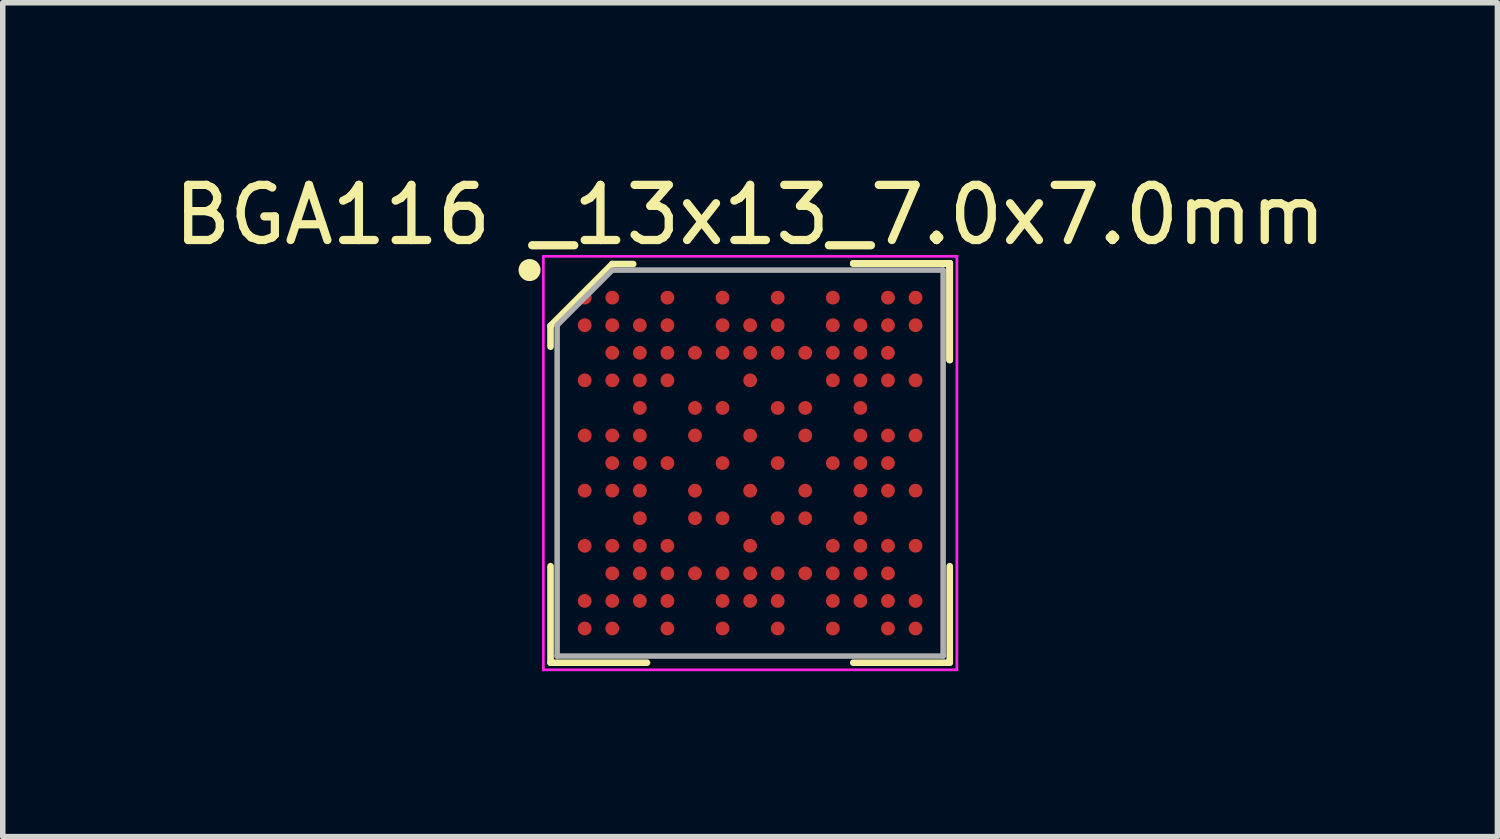
<source format=kicad_pcb>
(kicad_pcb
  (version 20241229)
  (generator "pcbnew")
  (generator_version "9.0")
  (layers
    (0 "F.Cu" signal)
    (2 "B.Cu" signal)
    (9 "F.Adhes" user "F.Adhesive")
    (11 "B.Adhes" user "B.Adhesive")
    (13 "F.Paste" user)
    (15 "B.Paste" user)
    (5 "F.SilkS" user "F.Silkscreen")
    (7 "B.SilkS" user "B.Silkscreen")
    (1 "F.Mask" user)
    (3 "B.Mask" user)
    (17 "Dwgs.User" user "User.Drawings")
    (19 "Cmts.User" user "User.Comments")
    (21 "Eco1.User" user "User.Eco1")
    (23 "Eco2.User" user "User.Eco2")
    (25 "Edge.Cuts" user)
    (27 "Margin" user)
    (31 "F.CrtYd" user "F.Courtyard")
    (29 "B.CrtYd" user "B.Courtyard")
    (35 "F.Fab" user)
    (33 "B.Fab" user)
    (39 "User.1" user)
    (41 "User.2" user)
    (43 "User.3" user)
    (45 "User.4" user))
  (footprint "BGA116 _13x13_7.0x7.0mm"
    (layer "F.Cu")
    (at 10.554 5.348)
    (property "Reference" "BGA116 _13x13_7.0x7.0mm" (at 0 -4.5 0) (layer "F.SilkS") (effects (font (size 1 1) (thickness 0.15))))
    (attr through_hole)
    (fp_line (start -3.62 -2.49) (end -3.62 -2.11) (stroke (width 0.12) (type solid)) (layer "F.SilkS"))
    (fp_line (start -3.62 3.62) (end -3.62 1.87) (stroke (width 0.12) (type solid)) (layer "F.SilkS"))
    (fp_line (start -2.5 -3.61) (end -3.62 -2.49) (stroke (width 0.12) (type solid)) (layer "F.SilkS"))
    (fp_line (start -2.12 -3.61) (end -2.5 -3.61) (stroke (width 0.12) (type solid)) (layer "F.SilkS"))
    (fp_line (start -1.87 3.62) (end -3.62 3.62) (stroke (width 0.12) (type solid)) (layer "F.SilkS"))
    (fp_line (start 1.87 -3.62) (end 3.62 -3.62) (stroke (width 0.12) (type solid)) (layer "F.SilkS"))
    (fp_line (start 1.87 -3.62) (end 3.62 -3.62) (stroke (width 0.12) (type solid)) (layer "F.SilkS"))
    (fp_line (start 1.87 -3.62) (end 3.62 -3.62) (stroke (width 0.12) (type solid)) (layer "F.SilkS"))
    (fp_line (start 1.87 3.62) (end 3.62 3.62) (stroke (width 0.12) (type solid)) (layer "F.SilkS"))
    (fp_line (start 3.62 -3.62) (end 3.62 -1.87) (stroke (width 0.12) (type solid)) (layer "F.SilkS"))
    (fp_line (start 3.62 -3.62) (end 3.62 -1.87) (stroke (width 0.12) (type solid)) (layer "F.SilkS"))
    (fp_line (start 3.62 -3.62) (end 3.62 -1.87) (stroke (width 0.12) (type solid)) (layer "F.SilkS"))
    (fp_line (start 3.62 3.62) (end 3.62 1.87) (stroke (width 0.12) (type solid)) (layer "F.SilkS"))
    (fp_circle (center -4 -3.5) (end -4 -3.4) (stroke (width 0.2) (type solid)) (fill no) (layer "F.SilkS"))
    (fp_line (start -3.75 -3.75) (end 3.75 -3.75) (stroke (width 0.05) (type solid)) (layer "F.CrtYd"))
    (fp_line (start -3.75 3.75) (end -3.75 -3.75) (stroke (width 0.05) (type solid)) (layer "F.CrtYd"))
    (fp_line (start 3.75 -3.75) (end 3.75 3.75) (stroke (width 0.05) (type solid)) (layer "F.CrtYd"))
    (fp_line (start 3.75 3.75) (end -3.75 3.75) (stroke (width 0.05) (type solid)) (layer "F.CrtYd"))
    (fp_line (start -3.5 -2.5) (end -3.5 3.5) (stroke (width 0.1) (type solid)) (layer "F.Fab"))
    (fp_line (start -3.5 3.5) (end 3.5 3.5) (stroke (width 0.1) (type solid)) (layer "F.Fab"))
    (fp_line (start -2.5 -3.5) (end -3.5 -2.5) (stroke (width 0.1) (type solid)) (layer "F.Fab"))
    (fp_line (start 3.5 -3.5) (end -2.5 -3.5) (stroke (width 0.1) (type solid)) (layer "F.Fab"))
    (fp_line (start 3.5 3.5) (end 3.5 -3.5) (stroke (width 0.1) (type solid)) (layer "F.Fab"))
    (pad "A1" smd circle (at -3 -3) (size 0.25 0.25) (layers "F.Cu" "F.Mask" "F.Paste"))
    (pad "A2" smd circle (at -2.5 -3) (size 0.25 0.25) (layers "F.Cu" "F.Mask" "F.Paste"))
    (pad "A4" smd circle (at -1.5 -3) (size 0.25 0.25) (layers "F.Cu" "F.Mask" "F.Paste"))
    (pad "A6" smd circle (at -0.5 -3) (size 0.25 0.25) (layers "F.Cu" "F.Mask" "F.Paste"))
    (pad "A8" smd circle (at 0.5 -3) (size 0.25 0.25) (layers "F.Cu" "F.Mask" "F.Paste"))
    (pad "A10" smd circle (at 1.5 -3) (size 0.25 0.25) (layers "F.Cu" "F.Mask" "F.Paste"))
    (pad "A12" smd circle (at 2.5 -3) (size 0.25 0.25) (layers "F.Cu" "F.Mask" "F.Paste"))
    (pad "A13" smd circle (at 3 -3) (size 0.25 0.25) (layers "F.Cu" "F.Mask" "F.Paste"))
    (pad "B1" smd circle (at -3 -2.5) (size 0.25 0.25) (layers "F.Cu" "F.Mask" "F.Paste"))
    (pad "B2" smd circle (at -2.5 -2.5) (size 0.25 0.25) (layers "F.Cu" "F.Mask" "F.Paste"))
    (pad "B3" smd circle (at -2 -2.5) (size 0.25 0.25) (layers "F.Cu" "F.Mask" "F.Paste"))
    (pad "B4" smd circle (at -1.5 -2.5) (size 0.25 0.25) (layers "F.Cu" "F.Mask" "F.Paste"))
    (pad "B6" smd circle (at -0.5 -2.5) (size 0.25 0.25) (layers "F.Cu" "F.Mask" "F.Paste"))
    (pad "B7" smd circle (at 0 -2.5) (size 0.25 0.25) (layers "F.Cu" "F.Mask" "F.Paste"))
    (pad "B8" smd circle (at 0.5 -2.5) (size 0.25 0.25) (layers "F.Cu" "F.Mask" "F.Paste"))
    (pad "B10" smd circle (at 1.5 -2.5) (size 0.25 0.25) (layers "F.Cu" "F.Mask" "F.Paste"))
    (pad "B11" smd circle (at 2 -2.5) (size 0.25 0.25) (layers "F.Cu" "F.Mask" "F.Paste"))
    (pad "B12" smd circle (at 2.5 -2.5) (size 0.25 0.25) (layers "F.Cu" "F.Mask" "F.Paste"))
    (pad "B13" smd circle (at 3 -2.5) (size 0.25 0.25) (layers "F.Cu" "F.Mask" "F.Paste"))
    (pad "C2" smd circle (at -2.5 -2) (size 0.25 0.25) (layers "F.Cu" "F.Mask" "F.Paste"))
    (pad "C3" smd circle (at -2 -2) (size 0.25 0.25) (layers "F.Cu" "F.Mask" "F.Paste"))
    (pad "C4" smd circle (at -1.5 -2) (size 0.25 0.25) (layers "F.Cu" "F.Mask" "F.Paste"))
    (pad "C5" smd circle (at -1 -2) (size 0.25 0.25) (layers "F.Cu" "F.Mask" "F.Paste"))
    (pad "C6" smd circle (at -0.5 -2) (size 0.25 0.25) (layers "F.Cu" "F.Mask" "F.Paste"))
    (pad "C7" smd circle (at 0 -2) (size 0.25 0.25) (layers "F.Cu" "F.Mask" "F.Paste"))
    (pad "C8" smd circle (at 0.5 -2) (size 0.25 0.25) (layers "F.Cu" "F.Mask" "F.Paste"))
    (pad "C9" smd circle (at 1 -2) (size 0.25 0.25) (layers "F.Cu" "F.Mask" "F.Paste"))
    (pad "C10" smd circle (at 1.5 -2) (size 0.25 0.25) (layers "F.Cu" "F.Mask" "F.Paste"))
    (pad "C11" smd circle (at 2 -2) (size 0.25 0.25) (layers "F.Cu" "F.Mask" "F.Paste"))
    (pad "C12" smd circle (at 2.5 -2) (size 0.25 0.25) (layers "F.Cu" "F.Mask" "F.Paste"))
    (pad "D1" smd circle (at -3 -1.5) (size 0.25 0.25) (layers "F.Cu" "F.Mask" "F.Paste"))
    (pad "D2" smd circle (at -2.5 -1.5) (size 0.25 0.25) (layers "F.Cu" "F.Mask" "F.Paste"))
    (pad "D3" smd circle (at -2 -1.5) (size 0.25 0.25) (layers "F.Cu" "F.Mask" "F.Paste"))
    (pad "D4" smd circle (at -1.5 -1.5) (size 0.25 0.25) (layers "F.Cu" "F.Mask" "F.Paste"))
    (pad "D7" smd circle (at 0 -1.5) (size 0.25 0.25) (layers "F.Cu" "F.Mask" "F.Paste"))
    (pad "D10" smd circle (at 1.5 -1.5) (size 0.25 0.25) (layers "F.Cu" "F.Mask" "F.Paste"))
    (pad "D11" smd circle (at 2 -1.5) (size 0.25 0.25) (layers "F.Cu" "F.Mask" "F.Paste"))
    (pad "D12" smd circle (at 2.5 -1.5) (size 0.25 0.25) (layers "F.Cu" "F.Mask" "F.Paste"))
    (pad "D13" smd circle (at 3 -1.5) (size 0.25 0.25) (layers "F.Cu" "F.Mask" "F.Paste"))
    (pad "E3" smd circle (at -2 -1) (size 0.25 0.25) (layers "F.Cu" "F.Mask" "F.Paste"))
    (pad "E5" smd circle (at -1 -1) (size 0.25 0.25) (layers "F.Cu" "F.Mask" "F.Paste"))
    (pad "E6" smd circle (at -0.5 -1) (size 0.25 0.25) (layers "F.Cu" "F.Mask" "F.Paste"))
    (pad "E8" smd circle (at 0.5 -1) (size 0.25 0.25) (layers "F.Cu" "F.Mask" "F.Paste"))
    (pad "E9" smd circle (at 1 -1) (size 0.25 0.25) (layers "F.Cu" "F.Mask" "F.Paste"))
    (pad "E11" smd circle (at 2 -1) (size 0.25 0.25) (layers "F.Cu" "F.Mask" "F.Paste"))
    (pad "F1" smd circle (at -3 -0.5) (size 0.25 0.25) (layers "F.Cu" "F.Mask" "F.Paste"))
    (pad "F2" smd circle (at -2.5 -0.5) (size 0.25 0.25) (layers "F.Cu" "F.Mask" "F.Paste"))
    (pad "F3" smd circle (at -2 -0.5) (size 0.25 0.25) (layers "F.Cu" "F.Mask" "F.Paste"))
    (pad "F5" smd circle (at -1 -0.5) (size 0.25 0.25) (layers "F.Cu" "F.Mask" "F.Paste"))
    (pad "F7" smd circle (at 0 -0.5) (size 0.25 0.25) (layers "F.Cu" "F.Mask" "F.Paste"))
    (pad "F9" smd circle (at 1 -0.5) (size 0.25 0.25) (layers "F.Cu" "F.Mask" "F.Paste"))
    (pad "F11" smd circle (at 2 -0.5) (size 0.25 0.25) (layers "F.Cu" "F.Mask" "F.Paste"))
    (pad "F12" smd circle (at 2.5 -0.5) (size 0.25 0.25) (layers "F.Cu" "F.Mask" "F.Paste"))
    (pad "F13" smd circle (at 3 -0.5) (size 0.25 0.25) (layers "F.Cu" "F.Mask" "F.Paste"))
    (pad "G2" smd circle (at -2.5 0) (size 0.25 0.25) (layers "F.Cu" "F.Mask" "F.Paste"))
    (pad "G3" smd circle (at -2 0) (size 0.25 0.25) (layers "F.Cu" "F.Mask" "F.Paste"))
    (pad "G4" smd circle (at -1.5 0) (size 0.25 0.25) (layers "F.Cu" "F.Mask" "F.Paste"))
    (pad "G6" smd circle (at -0.5 0) (size 0.25 0.25) (layers "F.Cu" "F.Mask" "F.Paste"))
    (pad "G8" smd circle (at 0.5 0) (size 0.25 0.25) (layers "F.Cu" "F.Mask" "F.Paste"))
    (pad "G10" smd circle (at 1.5 0) (size 0.25 0.25) (layers "F.Cu" "F.Mask" "F.Paste"))
    (pad "G11" smd circle (at 2 0) (size 0.25 0.25) (layers "F.Cu" "F.Mask" "F.Paste"))
    (pad "G12" smd circle (at 2.5 0) (size 0.25 0.25) (layers "F.Cu" "F.Mask" "F.Paste"))
    (pad "H1" smd circle (at -3 0.5) (size 0.25 0.25) (layers "F.Cu" "F.Mask" "F.Paste"))
    (pad "H2" smd circle (at -2.5 0.5) (size 0.25 0.25) (layers "F.Cu" "F.Mask" "F.Paste"))
    (pad "H3" smd circle (at -2 0.5) (size 0.25 0.25) (layers "F.Cu" "F.Mask" "F.Paste"))
    (pad "H5" smd circle (at -1 0.5) (size 0.25 0.25) (layers "F.Cu" "F.Mask" "F.Paste"))
    (pad "H7" smd circle (at 0 0.5) (size 0.25 0.25) (layers "F.Cu" "F.Mask" "F.Paste"))
    (pad "H9" smd circle (at 1 0.5) (size 0.25 0.25) (layers "F.Cu" "F.Mask" "F.Paste"))
    (pad "H11" smd circle (at 2 0.5) (size 0.25 0.25) (layers "F.Cu" "F.Mask" "F.Paste"))
    (pad "H12" smd circle (at 2.5 0.5) (size 0.25 0.25) (layers "F.Cu" "F.Mask" "F.Paste"))
    (pad "H13" smd circle (at 3 0.5) (size 0.25 0.25) (layers "F.Cu" "F.Mask" "F.Paste"))
    (pad "J3" smd circle (at -2 1) (size 0.25 0.25) (layers "F.Cu" "F.Mask" "F.Paste"))
    (pad "J5" smd circle (at -1 1) (size 0.25 0.25) (layers "F.Cu" "F.Mask" "F.Paste"))
    (pad "J6" smd circle (at -0.5 1) (size 0.25 0.25) (layers "F.Cu" "F.Mask" "F.Paste"))
    (pad "J8" smd circle (at 0.5 1) (size 0.25 0.25) (layers "F.Cu" "F.Mask" "F.Paste"))
    (pad "J9" smd circle (at 1 1) (size 0.25 0.25) (layers "F.Cu" "F.Mask" "F.Paste"))
    (pad "J11" smd circle (at 2 1) (size 0.25 0.25) (layers "F.Cu" "F.Mask" "F.Paste"))
    (pad "K1" smd circle (at -3 1.5) (size 0.25 0.25) (layers "F.Cu" "F.Mask" "F.Paste"))
    (pad "K2" smd circle (at -2.5 1.5) (size 0.25 0.25) (layers "F.Cu" "F.Mask" "F.Paste"))
    (pad "K3" smd circle (at -2 1.5) (size 0.25 0.25) (layers "F.Cu" "F.Mask" "F.Paste"))
    (pad "K4" smd circle (at -1.5 1.5) (size 0.25 0.25) (layers "F.Cu" "F.Mask" "F.Paste"))
    (pad "K7" smd circle (at 0 1.5) (size 0.25 0.25) (layers "F.Cu" "F.Mask" "F.Paste"))
    (pad "K10" smd circle (at 1.5 1.5) (size 0.25 0.25) (layers "F.Cu" "F.Mask" "F.Paste"))
    (pad "K11" smd circle (at 2 1.5) (size 0.25 0.25) (layers "F.Cu" "F.Mask" "F.Paste"))
    (pad "K12" smd circle (at 2.5 1.5) (size 0.25 0.25) (layers "F.Cu" "F.Mask" "F.Paste"))
    (pad "K13" smd circle (at 3 1.5) (size 0.25 0.25) (layers "F.Cu" "F.Mask" "F.Paste"))
    (pad "L2" smd circle (at -2.5 2) (size 0.25 0.25) (layers "F.Cu" "F.Mask" "F.Paste"))
    (pad "L3" smd circle (at -2 2) (size 0.25 0.25) (layers "F.Cu" "F.Mask" "F.Paste"))
    (pad "L4" smd circle (at -1.5 2) (size 0.25 0.25) (layers "F.Cu" "F.Mask" "F.Paste"))
    (pad "L5" smd circle (at -1 2) (size 0.25 0.25) (layers "F.Cu" "F.Mask" "F.Paste"))
    (pad "L6" smd circle (at -0.5 2) (size 0.25 0.25) (layers "F.Cu" "F.Mask" "F.Paste"))
    (pad "L7" smd circle (at 0 2) (size 0.25 0.25) (layers "F.Cu" "F.Mask" "F.Paste"))
    (pad "L8" smd circle (at 0.5 2) (size 0.25 0.25) (layers "F.Cu" "F.Mask" "F.Paste"))
    (pad "L9" smd circle (at 1 2) (size 0.25 0.25) (layers "F.Cu" "F.Mask" "F.Paste"))
    (pad "L10" smd circle (at 1.5 2) (size 0.25 0.25) (layers "F.Cu" "F.Mask" "F.Paste"))
    (pad "L11" smd circle (at 2 2) (size 0.25 0.25) (layers "F.Cu" "F.Mask" "F.Paste"))
    (pad "L12" smd circle (at 2.5 2) (size 0.25 0.25) (layers "F.Cu" "F.Mask" "F.Paste"))
    (pad "M1" smd circle (at -3 2.5) (size 0.25 0.25) (layers "F.Cu" "F.Mask" "F.Paste"))
    (pad "M2" smd circle (at -2.5 2.5) (size 0.25 0.25) (layers "F.Cu" "F.Mask" "F.Paste"))
    (pad "M3" smd circle (at -2 2.5) (size 0.25 0.25) (layers "F.Cu" "F.Mask" "F.Paste"))
    (pad "M4" smd circle (at -1.5 2.5) (size 0.25 0.25) (layers "F.Cu" "F.Mask" "F.Paste"))
    (pad "M6" smd circle (at -0.5 2.5) (size 0.25 0.25) (layers "F.Cu" "F.Mask" "F.Paste"))
    (pad "M7" smd circle (at 0 2.5) (size 0.25 0.25) (layers "F.Cu" "F.Mask" "F.Paste"))
    (pad "M8" smd circle (at 0.5 2.5) (size 0.25 0.25) (layers "F.Cu" "F.Mask" "F.Paste"))
    (pad "M10" smd circle (at 1.5 2.5) (size 0.25 0.25) (layers "F.Cu" "F.Mask" "F.Paste"))
    (pad "M11" smd circle (at 2 2.5) (size 0.25 0.25) (layers "F.Cu" "F.Mask" "F.Paste"))
    (pad "M12" smd circle (at 2.5 2.5) (size 0.25 0.25) (layers "F.Cu" "F.Mask" "F.Paste"))
    (pad "M13" smd circle (at 3 2.5) (size 0.25 0.25) (layers "F.Cu" "F.Mask" "F.Paste"))
    (pad "N1" smd circle (at -3 3) (size 0.25 0.25) (layers "F.Cu" "F.Mask" "F.Paste"))
    (pad "N2" smd circle (at -2.5 3) (size 0.25 0.25) (layers "F.Cu" "F.Mask" "F.Paste"))
    (pad "N4" smd circle (at -1.5 3) (size 0.25 0.25) (layers "F.Cu" "F.Mask" "F.Paste"))
    (pad "N6" smd circle (at -0.5 3) (size 0.25 0.25) (layers "F.Cu" "F.Mask" "F.Paste"))
    (pad "N8" smd circle (at 0.5 3) (size 0.25 0.25) (layers "F.Cu" "F.Mask" "F.Paste"))
    (pad "N10" smd circle (at 1.5 3) (size 0.25 0.25) (layers "F.Cu" "F.Mask" "F.Paste"))
    (pad "N12" smd circle (at 2.5 3) (size 0.25 0.25) (layers "F.Cu" "F.Mask" "F.Paste"))
    (pad "N13" smd circle (at 3 3) (size 0.25 0.25) (layers "F.Cu" "F.Mask" "F.Paste")))
  (gr_rect
    (start -3 -3)
    (end 24.107 12.123)
    (stroke (width 0.1) (type default))
    (fill no)
    (layer "Edge.Cuts")))
</source>
